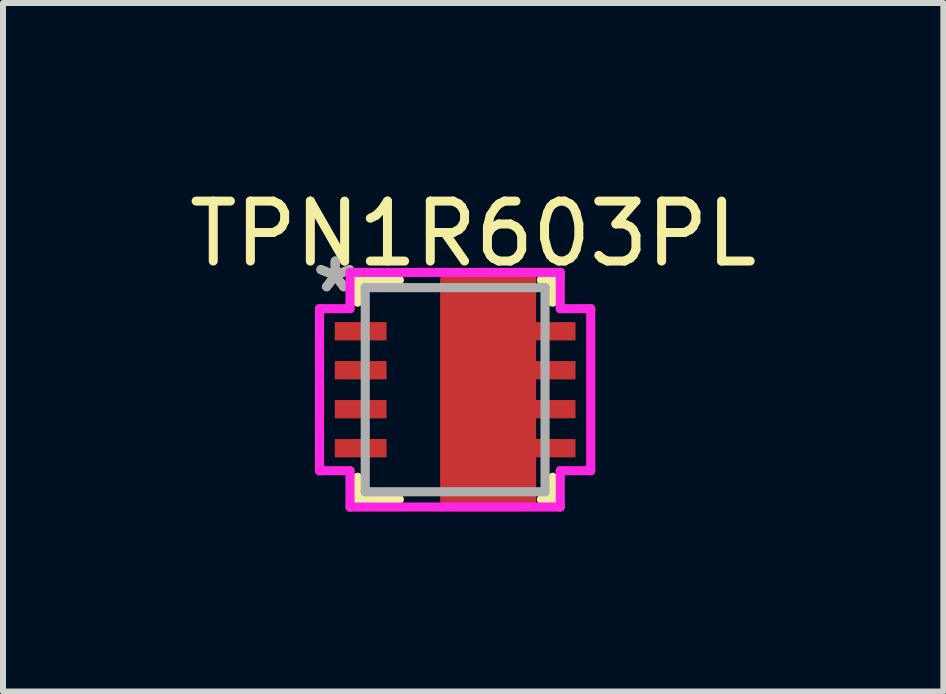
<source format=kicad_pcb>
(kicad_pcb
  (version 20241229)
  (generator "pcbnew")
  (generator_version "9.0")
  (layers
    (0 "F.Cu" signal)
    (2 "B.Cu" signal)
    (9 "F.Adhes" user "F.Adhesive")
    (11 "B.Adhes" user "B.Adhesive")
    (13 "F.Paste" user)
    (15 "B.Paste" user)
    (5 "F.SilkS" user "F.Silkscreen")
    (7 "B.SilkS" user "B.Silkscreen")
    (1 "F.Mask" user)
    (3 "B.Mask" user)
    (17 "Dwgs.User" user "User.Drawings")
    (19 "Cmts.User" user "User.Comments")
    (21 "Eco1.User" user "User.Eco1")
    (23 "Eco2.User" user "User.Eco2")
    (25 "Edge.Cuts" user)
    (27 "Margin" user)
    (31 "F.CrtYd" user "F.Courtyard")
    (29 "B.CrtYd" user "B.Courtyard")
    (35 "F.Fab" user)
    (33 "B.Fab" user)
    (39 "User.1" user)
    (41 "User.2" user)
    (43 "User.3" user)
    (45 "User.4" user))
  (footprint "TPN1R603PL"
    (layer "F.Cu")
    (at 4.539 3.448)
    (property "Reference" "TPN1R603PL" (at 0.3 -2.6 0) (layer "F.SilkS") (effects (font (size 1 1) (thickness 0.15))))
    (attr through_hole)
    (fp_poly (pts (xy 0.1 -1.2) (xy 1.2 -1.2) (xy 1.2 1.2) (xy 0.1 1.2) (xy 0.1 1.9) (xy -0.2 1.9) (xy -0.2 -1.9) (xy 0.1 -1.9)) (stroke (width 0.1) (type solid)) (fill yes) (layer "F.Mask"))
    (fp_line (start -1.626 -1.829) (end -1.626 -1.46) (stroke (width 0.152) (type solid)) (layer "F.SilkS"))
    (fp_line (start -1.626 1.46) (end -1.626 1.829) (stroke (width 0.152) (type solid)) (layer "F.SilkS"))
    (fp_line (start -1.626 1.829) (end -0.93 1.829) (stroke (width 0.152) (type solid)) (layer "F.SilkS"))
    (fp_line (start -0.93 -1.829) (end -1.626 -1.829) (stroke (width 0.152) (type solid)) (layer "F.SilkS"))
    (fp_line (start 1.438 1.829) (end 1.626 1.829) (stroke (width 0.152) (type solid)) (layer "F.SilkS"))
    (fp_line (start 1.626 -1.829) (end 1.438 -1.829) (stroke (width 0.152) (type solid)) (layer "F.SilkS"))
    (fp_line (start 1.626 -1.46) (end 1.626 -1.829) (stroke (width 0.152) (type solid)) (layer "F.SilkS"))
    (fp_line (start 1.626 1.829) (end 1.626 1.46) (stroke (width 0.152) (type solid)) (layer "F.SilkS"))
    (fp_poly (pts (xy 0.1 -1.2) (xy 1.2 -1.2) (xy 1.2 1.2) (xy 0.1 1.2) (xy 0.1 1.9) (xy -0.2 1.9) (xy -0.2 -1.9) (xy 0.1 -1.9)) (stroke (width 0.1) (type solid)) (fill yes) (layer "F.Paste"))
    (fp_line (start -2.261 -1.351) (end -1.753 -1.351) (stroke (width 0.152) (type solid)) (layer "F.CrtYd"))
    (fp_line (start -2.261 1.351) (end -2.261 -1.351) (stroke (width 0.152) (type solid)) (layer "F.CrtYd"))
    (fp_line (start -1.753 -1.956) (end 1.753 -1.956) (stroke (width 0.152) (type solid)) (layer "F.CrtYd"))
    (fp_line (start -1.753 -1.351) (end -1.753 -1.956) (stroke (width 0.152) (type solid)) (layer "F.CrtYd"))
    (fp_line (start -1.753 1.351) (end -2.261 1.351) (stroke (width 0.152) (type solid)) (layer "F.CrtYd"))
    (fp_line (start -1.753 1.956) (end -1.753 1.351) (stroke (width 0.152) (type solid)) (layer "F.CrtYd"))
    (fp_line (start 1.753 -1.956) (end 1.753 -1.351) (stroke (width 0.152) (type solid)) (layer "F.CrtYd"))
    (fp_line (start 1.753 -1.351) (end 2.261 -1.351) (stroke (width 0.152) (type solid)) (layer "F.CrtYd"))
    (fp_line (start 1.753 1.351) (end 1.753 1.956) (stroke (width 0.152) (type solid)) (layer "F.CrtYd"))
    (fp_line (start 1.753 1.956) (end -1.753 1.956) (stroke (width 0.152) (type solid)) (layer "F.CrtYd"))
    (fp_line (start 2.261 -1.351) (end 2.261 1.351) (stroke (width 0.152) (type solid)) (layer "F.CrtYd"))
    (fp_line (start 2.261 1.351) (end 1.753 1.351) (stroke (width 0.152) (type solid)) (layer "F.CrtYd"))
    (fp_line (start -1.499 -1.702) (end -1.499 1.702) (stroke (width 0.152) (type solid)) (layer "F.Fab"))
    (fp_line (start -1.499 1.702) (end 1.499 1.702) (stroke (width 0.152) (type solid)) (layer "F.Fab"))
    (fp_line (start 1.499 -1.702) (end -1.499 -1.702) (stroke (width 0.152) (type solid)) (layer "F.Fab"))
    (fp_line (start 1.499 1.702) (end 1.499 -1.702) (stroke (width 0.152) (type solid)) (layer "F.Fab"))
    (fp_text user "*" (at -2 -1.6 0) (layer "F.SilkS") (effects (font (size 1 1) (thickness 0.15))))
    (fp_text user "*" (at -2 -1.6 0) (layer "F.Fab") (effects (font (size 1 1) (thickness 0.15))))
    (pad "1" smd rect (at -1.575 -0.975) (size 0.864 0.305) (layers "F.Cu" "F.Mask" "F.Paste"))
    (pad "2" smd rect (at -1.575 -0.325) (size 0.864 0.305) (layers "F.Cu" "F.Mask" "F.Paste"))
    (pad "3" smd rect (at -1.575 0.325) (size 0.864 0.305) (layers "F.Cu" "F.Mask" "F.Paste"))
    (pad "4" smd rect (at -1.575 0.975) (size 0.864 0.305) (layers "F.Cu" "F.Mask" "F.Paste"))
    (pad "5" smd rect (at 1.575 0.975) (size 0.864 0.305) (layers "F.Cu" "F.Mask" "F.Paste"))
    (pad "6" smd rect (at 1.575 0.325) (size 0.864 0.305) (layers "F.Cu" "F.Mask" "F.Paste"))
    (pad "7" smd rect (at 1.575 -0.325) (size 0.864 0.305) (layers "F.Cu" "F.Mask" "F.Paste"))
    (pad "8" smd roundrect (at 0.55 0) (size 1.6 3.9) (layers "F.Cu") (roundrect_rratio 0.062))
    (pad "8" smd rect (at 1.575 -0.975) (size 0.864 0.305) (layers "F.Cu" "F.Mask" "F.Paste")))
  (gr_rect
    (start -3 -3)
    (end 12.679 8.48)
    (stroke (width 0.1) (type default))
    (fill no)
    (layer "Edge.Cuts")))
</source>
